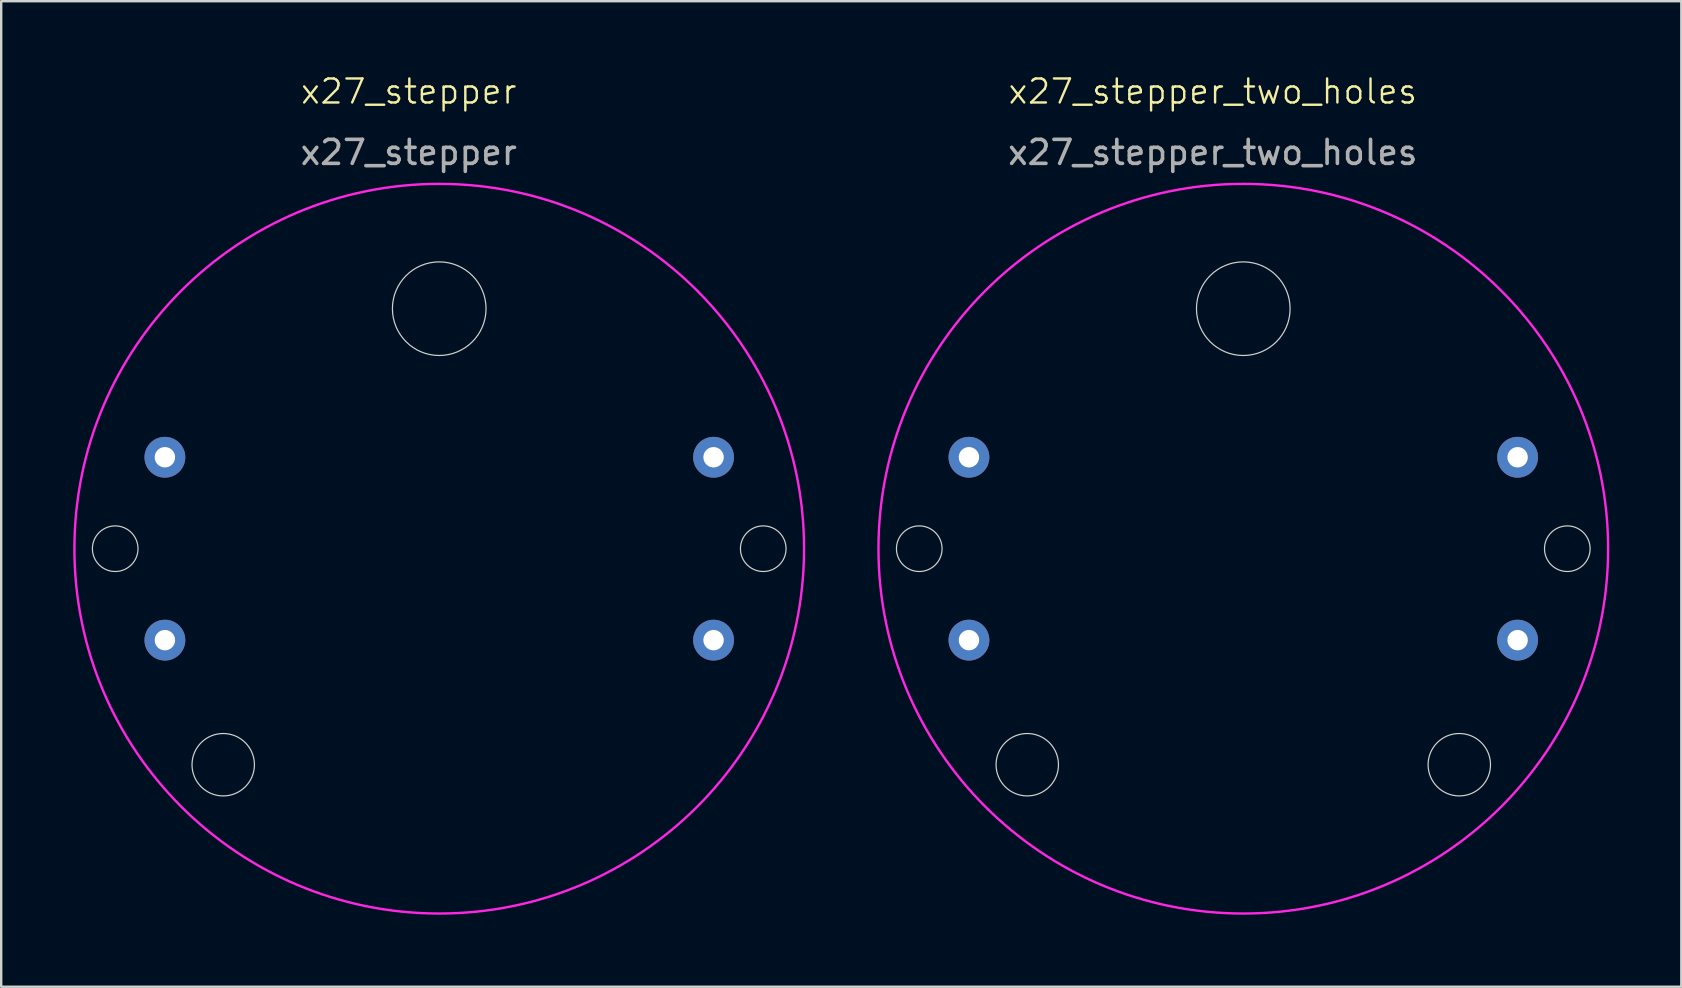
<source format=kicad_pcb>
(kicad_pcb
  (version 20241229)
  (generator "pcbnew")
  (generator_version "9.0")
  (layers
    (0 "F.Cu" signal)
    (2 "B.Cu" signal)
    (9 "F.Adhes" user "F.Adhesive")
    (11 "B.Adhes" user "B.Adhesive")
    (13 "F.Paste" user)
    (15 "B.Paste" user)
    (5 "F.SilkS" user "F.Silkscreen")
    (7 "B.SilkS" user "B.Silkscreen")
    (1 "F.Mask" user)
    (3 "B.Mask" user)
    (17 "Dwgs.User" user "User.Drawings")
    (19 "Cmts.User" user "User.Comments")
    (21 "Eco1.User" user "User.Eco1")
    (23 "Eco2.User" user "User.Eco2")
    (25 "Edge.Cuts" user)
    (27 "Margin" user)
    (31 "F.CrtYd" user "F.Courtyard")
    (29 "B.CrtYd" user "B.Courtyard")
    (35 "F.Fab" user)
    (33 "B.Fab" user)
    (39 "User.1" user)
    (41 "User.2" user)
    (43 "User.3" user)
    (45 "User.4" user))
  (footprint "x27_stepper"
    (layer "F.Cu")
    (at 17.79 29.971)
    (property "Reference" "x27_stepper" (at -3.81 -29.21 0) (unlocked yes) (layer "F.SilkS") (effects (font (size 1 1) (thickness 0.1))))
    (attr smd)
    (fp_circle (center -16.04 -10.16) (end -15.09 -10.16) (stroke (width 0.05) (type default)) (fill no) (layer "Edge.Cuts"))
    (fp_circle (center -11.54 -1.16) (end -10.24 -1.16) (stroke (width 0.05) (type default)) (fill no) (layer "Edge.Cuts"))
    (fp_circle (center -2.54 -20.16) (end -0.59 -20.16) (stroke (width 0.05) (type default)) (fill no) (layer "Edge.Cuts"))
    (fp_circle (center 10.96 -10.16) (end 11.91 -10.16) (stroke (width 0.05) (type default)) (fill no) (layer "Edge.Cuts"))
    (fp_circle (center -2.54 -10.16) (end 12.66 -10.16) (stroke (width 0.1) (type default)) (fill no) (layer "F.CrtYd"))
    (fp_text user "${REFERENCE}" (at -3.81 -26.67 0) (unlocked yes) (layer "F.Fab") (effects (font (size 1 1) (thickness 0.15))))
    (pad "1" thru_hole circle (at 8.89 -13.97) (size 1.7 1.7) (drill 0.85) (layers "*.Cu" "*.Mask"))
    (pad "2" thru_hole circle (at 8.89 -6.35) (size 1.7 1.7) (drill 0.85) (layers "*.Cu" "*.Mask"))
    (pad "3" thru_hole circle (at -13.97 -6.35) (size 1.7 1.7) (drill 0.85) (layers "*.Cu" "*.Mask"))
    (pad "4" thru_hole circle (at -13.97 -13.97) (size 1.7 1.7) (drill 0.85) (layers "*.Cu" "*.Mask")))
  (footprint "x27_stepper_two_holes"
    (layer "F.Cu")
    (at 51.29 29.971)
    (property "Reference" "x27_stepper_two_holes" (at -3.81 -29.21 0) (unlocked yes) (layer "F.SilkS") (effects (font (size 1 1) (thickness 0.1))))
    (attr smd)
    (fp_circle (center -16.04 -10.16) (end -15.09 -10.16) (stroke (width 0.05) (type default)) (fill no) (layer "Edge.Cuts"))
    (fp_circle (center -11.54 -1.16) (end -10.24 -1.16) (stroke (width 0.05) (type default)) (fill no) (layer "Edge.Cuts"))
    (fp_circle (center -2.54 -20.16) (end -0.59 -20.16) (stroke (width 0.05) (type default)) (fill no) (layer "Edge.Cuts"))
    (fp_circle (center 6.46 -1.16) (end 7.76 -1.16) (stroke (width 0.05) (type default)) (fill no) (layer "Edge.Cuts"))
    (fp_circle (center 10.96 -10.16) (end 11.91 -10.16) (stroke (width 0.05) (type default)) (fill no) (layer "Edge.Cuts"))
    (fp_circle (center -2.54 -10.16) (end 12.66 -10.16) (stroke (width 0.1) (type default)) (fill no) (layer "F.CrtYd"))
    (fp_text user "${REFERENCE}" (at -3.81 -26.67 0) (unlocked yes) (layer "F.Fab") (effects (font (size 1 1) (thickness 0.15))))
    (pad "1" thru_hole circle (at 8.89 -13.97) (size 1.7 1.7) (drill 0.85) (layers "*.Cu" "*.Mask"))
    (pad "2" thru_hole circle (at 8.89 -6.35) (size 1.7 1.7) (drill 0.85) (layers "*.Cu" "*.Mask"))
    (pad "3" thru_hole circle (at -13.97 -13.97) (size 1.7 1.7) (drill 0.85) (layers "*.Cu" "*.Mask"))
    (pad "4" thru_hole circle (at -13.97 -6.35) (size 1.7 1.7) (drill 0.85) (layers "*.Cu" "*.Mask")))
  (gr_rect
    (start -3 -3)
    (end 67 38.06)
    (stroke (width 0.1) (type default))
    (fill no)
    (layer "Edge.Cuts")))
</source>
